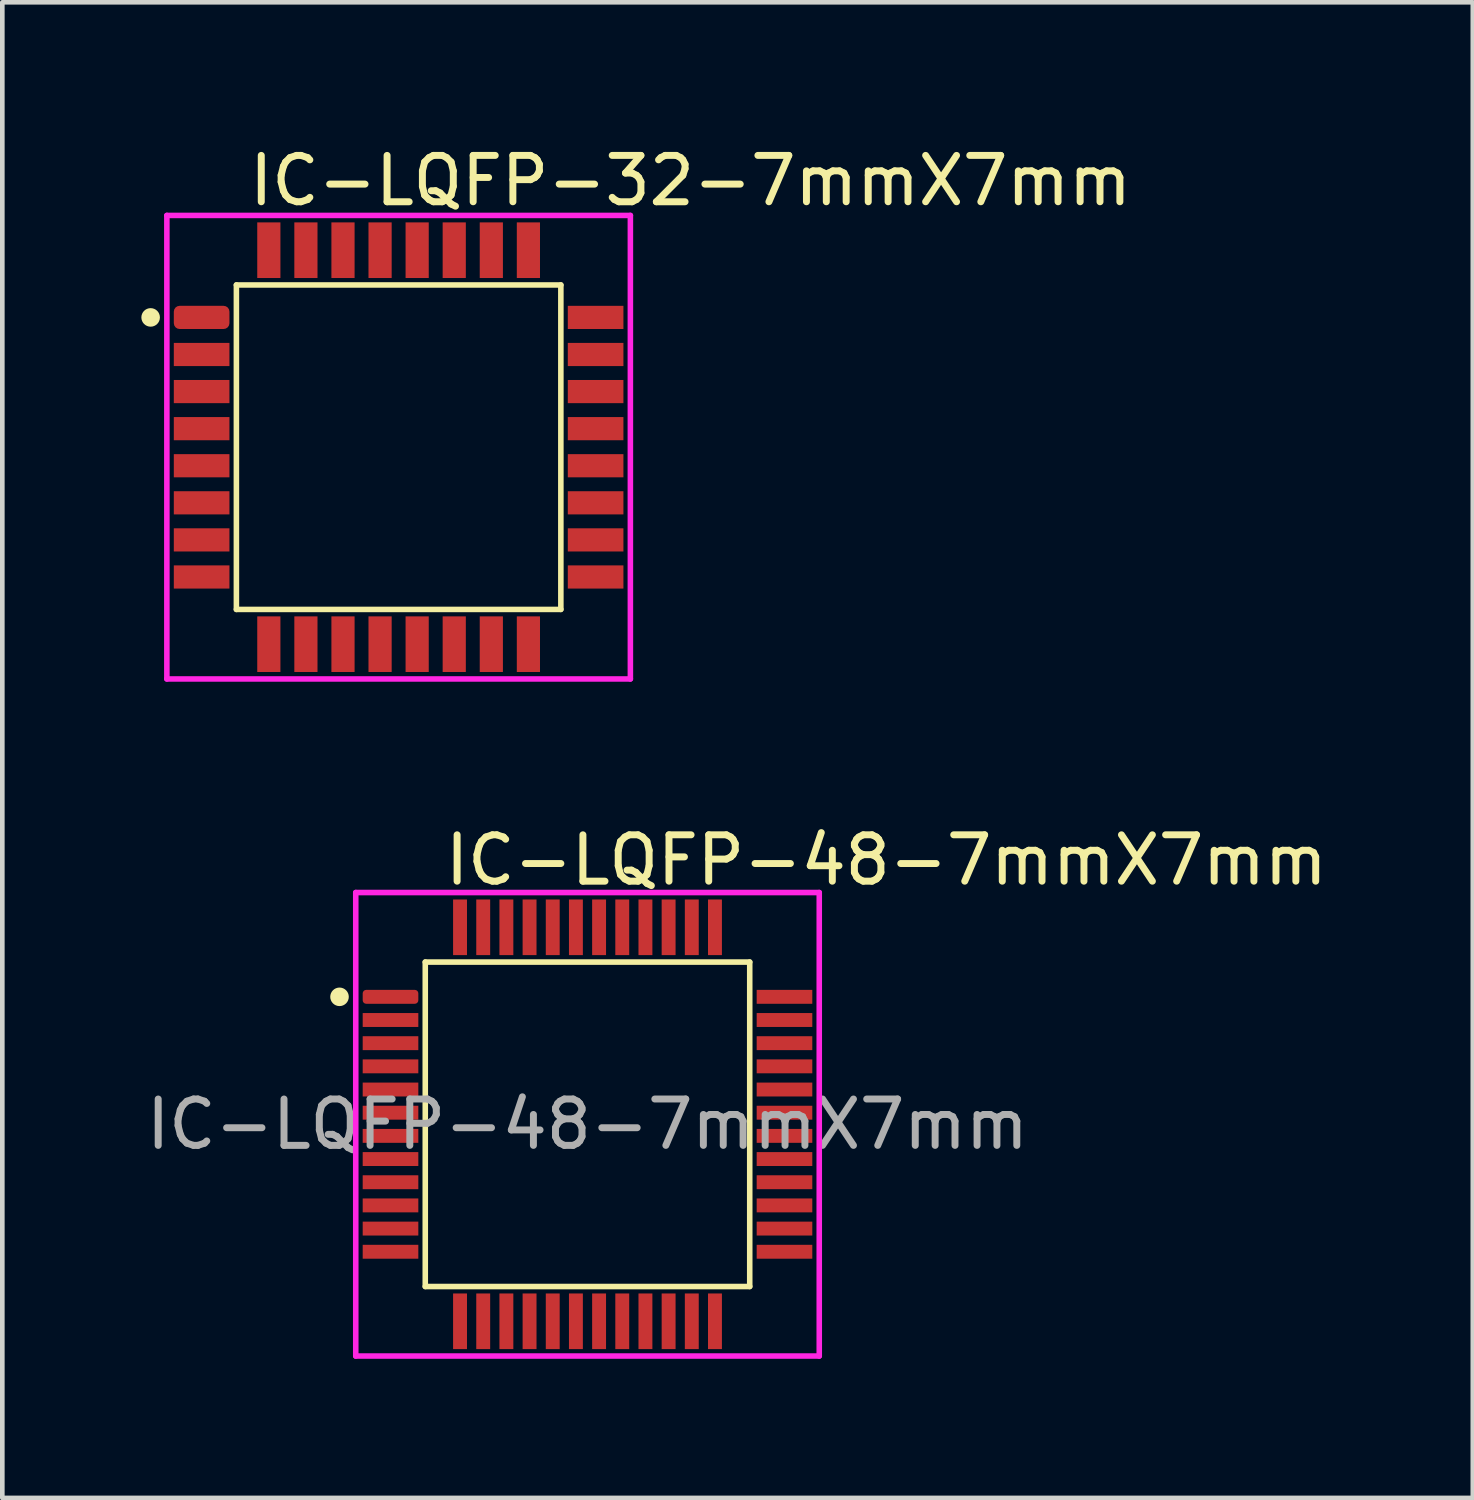
<source format=kicad_pcb>
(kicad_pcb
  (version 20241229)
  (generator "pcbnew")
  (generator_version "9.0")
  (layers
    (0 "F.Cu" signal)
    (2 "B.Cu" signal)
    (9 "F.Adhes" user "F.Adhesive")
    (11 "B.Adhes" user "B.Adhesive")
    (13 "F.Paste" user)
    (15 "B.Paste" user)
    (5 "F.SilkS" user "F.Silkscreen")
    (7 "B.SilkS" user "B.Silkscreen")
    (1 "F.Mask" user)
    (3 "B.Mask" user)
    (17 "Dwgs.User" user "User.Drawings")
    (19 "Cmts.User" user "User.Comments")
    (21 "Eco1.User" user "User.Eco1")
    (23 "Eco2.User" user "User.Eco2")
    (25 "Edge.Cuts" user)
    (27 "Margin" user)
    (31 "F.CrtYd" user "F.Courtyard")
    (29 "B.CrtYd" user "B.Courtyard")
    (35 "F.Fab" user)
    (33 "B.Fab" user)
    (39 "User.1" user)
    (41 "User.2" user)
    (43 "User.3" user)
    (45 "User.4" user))
  (footprint "IC-LQFP-48-7mmX7mm"
    (layer "F.Cu")
    (at 9.625 21.206)
    (property "Reference" "IC-LQFP-48-7mmX7mm" (at -3.15 -5.7 0) (layer "F.SilkS") (effects (font (size 1 1) (thickness 0.15)) (justify left)))
    (attr smd)
    (fp_line (start -3.5 -3.5) (end 3.5 -3.5) (stroke (width 0.12) (type solid)) (layer "F.SilkS"))
    (fp_line (start -3.5 3.5) (end -3.5 -3.5) (stroke (width 0.12) (type solid)) (layer "F.SilkS"))
    (fp_line (start 3.5 -3.5) (end 3.5 3.5) (stroke (width 0.12) (type solid)) (layer "F.SilkS"))
    (fp_line (start 3.5 3.5) (end -3.5 3.5) (stroke (width 0.12) (type solid)) (layer "F.SilkS"))
    (fp_circle (center -5.35 -2.75) (end -5.25 -2.75) (stroke (width 0.2) (type solid)) (fill no) (layer "F.SilkS"))
    (fp_line (start -5 -5) (end 5 -5) (stroke (width 0.12) (type solid)) (layer "F.CrtYd"))
    (fp_line (start -5 5) (end -5 -5) (stroke (width 0.12) (type solid)) (layer "F.CrtYd"))
    (fp_line (start 5 -5) (end 5 5) (stroke (width 0.12) (type solid)) (layer "F.CrtYd"))
    (fp_line (start 5 5) (end -5 5) (stroke (width 0.12) (type solid)) (layer "F.CrtYd"))
    (fp_text user "${REFERENCE}" (at 0 0 0) (layer "F.Fab") (effects (font (size 1 1) (thickness 0.15))))
    (pad "1" smd roundrect (at -4.25 -2.75) (size 1.2 0.3) (layers "F.Cu" "F.Mask" "F.Paste") (roundrect_rratio 0.25))
    (pad "2" smd rect (at -4.25 -2.25) (size 1.2 0.3) (layers "F.Cu" "F.Mask" "F.Paste"))
    (pad "3" smd rect (at -4.25 -1.75) (size 1.2 0.3) (layers "F.Cu" "F.Mask" "F.Paste"))
    (pad "4" smd rect (at -4.25 -1.25) (size 1.2 0.3) (layers "F.Cu" "F.Mask" "F.Paste"))
    (pad "5" smd rect (at -4.25 -0.75) (size 1.2 0.3) (layers "F.Cu" "F.Mask" "F.Paste"))
    (pad "6" smd rect (at -4.25 -0.25) (size 1.2 0.3) (layers "F.Cu" "F.Mask" "F.Paste"))
    (pad "7" smd rect (at -4.25 0.25) (size 1.2 0.3) (layers "F.Cu" "F.Mask" "F.Paste"))
    (pad "8" smd rect (at -4.25 0.75) (size 1.2 0.3) (layers "F.Cu" "F.Mask" "F.Paste"))
    (pad "9" smd rect (at -4.25 1.25) (size 1.2 0.3) (layers "F.Cu" "F.Mask" "F.Paste"))
    (pad "10" smd rect (at -4.25 1.75) (size 1.2 0.3) (layers "F.Cu" "F.Mask" "F.Paste"))
    (pad "11" smd rect (at -4.25 2.25) (size 1.2 0.3) (layers "F.Cu" "F.Mask" "F.Paste"))
    (pad "12" smd rect (at -4.25 2.75) (size 1.2 0.3) (layers "F.Cu" "F.Mask" "F.Paste"))
    (pad "13" smd rect (at -2.75 4.25 90) (size 1.2 0.3) (layers "F.Cu" "F.Mask" "F.Paste"))
    (pad "14" smd rect (at -2.25 4.25 90) (size 1.2 0.3) (layers "F.Cu" "F.Mask" "F.Paste"))
    (pad "15" smd rect (at -1.75 4.25 90) (size 1.2 0.3) (layers "F.Cu" "F.Mask" "F.Paste"))
    (pad "16" smd rect (at -1.25 4.25 90) (size 1.2 0.3) (layers "F.Cu" "F.Mask" "F.Paste"))
    (pad "17" smd rect (at -0.75 4.25 90) (size 1.2 0.3) (layers "F.Cu" "F.Mask" "F.Paste"))
    (pad "18" smd rect (at -0.25 4.25 90) (size 1.2 0.3) (layers "F.Cu" "F.Mask" "F.Paste"))
    (pad "19" smd rect (at 0.25 4.25 90) (size 1.2 0.3) (layers "F.Cu" "F.Mask" "F.Paste"))
    (pad "20" smd rect (at 0.75 4.25 90) (size 1.2 0.3) (layers "F.Cu" "F.Mask" "F.Paste"))
    (pad "21" smd rect (at 1.25 4.25 90) (size 1.2 0.3) (layers "F.Cu" "F.Mask" "F.Paste"))
    (pad "22" smd rect (at 1.75 4.25 90) (size 1.2 0.3) (layers "F.Cu" "F.Mask" "F.Paste"))
    (pad "23" smd rect (at 2.25 4.25 90) (size 1.2 0.3) (layers "F.Cu" "F.Mask" "F.Paste"))
    (pad "24" smd rect (at 2.75 4.25 90) (size 1.2 0.3) (layers "F.Cu" "F.Mask" "F.Paste"))
    (pad "25" smd rect (at 4.25 2.75 180) (size 1.2 0.3) (layers "F.Cu" "F.Mask" "F.Paste"))
    (pad "26" smd rect (at 4.25 2.25 180) (size 1.2 0.3) (layers "F.Cu" "F.Mask" "F.Paste"))
    (pad "27" smd rect (at 4.25 1.75 180) (size 1.2 0.3) (layers "F.Cu" "F.Mask" "F.Paste"))
    (pad "28" smd rect (at 4.25 1.25 180) (size 1.2 0.3) (layers "F.Cu" "F.Mask" "F.Paste"))
    (pad "29" smd rect (at 4.25 0.75 180) (size 1.2 0.3) (layers "F.Cu" "F.Mask" "F.Paste"))
    (pad "30" smd rect (at 4.25 0.25 180) (size 1.2 0.3) (layers "F.Cu" "F.Mask" "F.Paste"))
    (pad "31" smd rect (at 4.25 -0.25 180) (size 1.2 0.3) (layers "F.Cu" "F.Mask" "F.Paste"))
    (pad "32" smd rect (at 4.25 -0.75 180) (size 1.2 0.3) (layers "F.Cu" "F.Mask" "F.Paste"))
    (pad "33" smd rect (at 4.25 -1.25 180) (size 1.2 0.3) (layers "F.Cu" "F.Mask" "F.Paste"))
    (pad "34" smd rect (at 4.25 -1.75 180) (size 1.2 0.3) (layers "F.Cu" "F.Mask" "F.Paste"))
    (pad "35" smd rect (at 4.25 -2.25 180) (size 1.2 0.3) (layers "F.Cu" "F.Mask" "F.Paste"))
    (pad "36" smd rect (at 4.25 -2.75 180) (size 1.2 0.3) (layers "F.Cu" "F.Mask" "F.Paste"))
    (pad "37" smd rect (at 2.75 -4.25 270) (size 1.2 0.3) (layers "F.Cu" "F.Mask" "F.Paste"))
    (pad "38" smd rect (at 2.25 -4.25 270) (size 1.2 0.3) (layers "F.Cu" "F.Mask" "F.Paste"))
    (pad "39" smd rect (at 1.75 -4.25 270) (size 1.2 0.3) (layers "F.Cu" "F.Mask" "F.Paste"))
    (pad "40" smd rect (at 1.25 -4.25 270) (size 1.2 0.3) (layers "F.Cu" "F.Mask" "F.Paste"))
    (pad "41" smd rect (at 0.75 -4.25 270) (size 1.2 0.3) (layers "F.Cu" "F.Mask" "F.Paste"))
    (pad "42" smd rect (at 0.25 -4.25 270) (size 1.2 0.3) (layers "F.Cu" "F.Mask" "F.Paste"))
    (pad "43" smd rect (at -0.25 -4.25 270) (size 1.2 0.3) (layers "F.Cu" "F.Mask" "F.Paste"))
    (pad "44" smd rect (at -0.75 -4.25 270) (size 1.2 0.3) (layers "F.Cu" "F.Mask" "F.Paste"))
    (pad "45" smd rect (at -1.25 -4.25 270) (size 1.2 0.3) (layers "F.Cu" "F.Mask" "F.Paste"))
    (pad "46" smd rect (at -1.75 -4.25 270) (size 1.2 0.3) (layers "F.Cu" "F.Mask" "F.Paste"))
    (pad "47" smd rect (at -2.25 -4.25 270) (size 1.2 0.3) (layers "F.Cu" "F.Mask" "F.Paste"))
    (pad "48" smd rect (at -2.75 -4.25 270) (size 1.2 0.3) (layers "F.Cu" "F.Mask" "F.Paste")))
  (footprint "IC-LQFP-32-7mmX7mm"
    (layer "F.Cu")
    (at 5.55 6.598)
    (property "Reference" "IC-LQFP-32-7mmX7mm" (at -3.3 -5.75 0) (layer "F.SilkS") (effects (font (size 1 1) (thickness 0.15)) (justify left)))
    (attr smd)
    (fp_line (start -3.5 -3.5) (end 3.5 -3.5) (stroke (width 0.12) (type solid)) (layer "F.SilkS"))
    (fp_line (start -3.5 3.5) (end -3.5 -3.5) (stroke (width 0.12) (type solid)) (layer "F.SilkS"))
    (fp_line (start 3.5 -3.5) (end 3.5 3.5) (stroke (width 0.12) (type solid)) (layer "F.SilkS"))
    (fp_line (start 3.5 3.5) (end -3.5 3.5) (stroke (width 0.12) (type solid)) (layer "F.SilkS"))
    (fp_circle (center -5.35 -2.8) (end -5.25 -2.8) (stroke (width 0.2) (type solid)) (fill no) (layer "F.SilkS"))
    (fp_line (start -5 -5) (end 5 -5) (stroke (width 0.12) (type solid)) (layer "F.CrtYd"))
    (fp_line (start -5 5) (end -5 -5) (stroke (width 0.12) (type solid)) (layer "F.CrtYd"))
    (fp_line (start 5 -5) (end 5 5) (stroke (width 0.12) (type solid)) (layer "F.CrtYd"))
    (fp_line (start 5 5) (end -5 5) (stroke (width 0.12) (type solid)) (layer "F.CrtYd"))
    (pad "1" smd roundrect (at -4.25 -2.8) (size 1.2 0.5) (layers "F.Cu" "F.Mask" "F.Paste") (roundrect_rratio 0.25))
    (pad "2" smd rect (at -4.25 -2) (size 1.2 0.5) (layers "F.Cu" "F.Mask" "F.Paste"))
    (pad "3" smd rect (at -4.25 -1.2) (size 1.2 0.5) (layers "F.Cu" "F.Mask" "F.Paste"))
    (pad "4" smd rect (at -4.25 -0.4) (size 1.2 0.5) (layers "F.Cu" "F.Mask" "F.Paste"))
    (pad "5" smd rect (at -4.25 0.4) (size 1.2 0.5) (layers "F.Cu" "F.Mask" "F.Paste"))
    (pad "6" smd rect (at -4.25 1.2) (size 1.2 0.5) (layers "F.Cu" "F.Mask" "F.Paste"))
    (pad "7" smd rect (at -4.25 2) (size 1.2 0.5) (layers "F.Cu" "F.Mask" "F.Paste"))
    (pad "8" smd rect (at -4.25 2.8) (size 1.2 0.5) (layers "F.Cu" "F.Mask" "F.Paste"))
    (pad "9" smd rect (at -2.8 4.25 90) (size 1.2 0.5) (layers "F.Cu" "F.Mask" "F.Paste"))
    (pad "10" smd rect (at -2 4.25 90) (size 1.2 0.5) (layers "F.Cu" "F.Mask" "F.Paste"))
    (pad "11" smd rect (at -1.2 4.25 90) (size 1.2 0.5) (layers "F.Cu" "F.Mask" "F.Paste"))
    (pad "12" smd rect (at -0.4 4.25 90) (size 1.2 0.5) (layers "F.Cu" "F.Mask" "F.Paste"))
    (pad "13" smd rect (at 0.4 4.25 90) (size 1.2 0.5) (layers "F.Cu" "F.Mask" "F.Paste"))
    (pad "14" smd rect (at 1.2 4.25 90) (size 1.2 0.5) (layers "F.Cu" "F.Mask" "F.Paste"))
    (pad "15" smd rect (at 2 4.25 90) (size 1.2 0.5) (layers "F.Cu" "F.Mask" "F.Paste"))
    (pad "16" smd rect (at 2.8 4.25 90) (size 1.2 0.5) (layers "F.Cu" "F.Mask" "F.Paste"))
    (pad "17" smd rect (at 4.25 2.8 180) (size 1.2 0.5) (layers "F.Cu" "F.Mask" "F.Paste"))
    (pad "18" smd rect (at 4.25 2 180) (size 1.2 0.5) (layers "F.Cu" "F.Mask" "F.Paste"))
    (pad "19" smd rect (at 4.25 1.2 180) (size 1.2 0.5) (layers "F.Cu" "F.Mask" "F.Paste"))
    (pad "20" smd rect (at 4.25 0.4 180) (size 1.2 0.5) (layers "F.Cu" "F.Mask" "F.Paste"))
    (pad "21" smd rect (at 4.25 -0.4 180) (size 1.2 0.5) (layers "F.Cu" "F.Mask" "F.Paste"))
    (pad "22" smd rect (at 4.25 -1.2 180) (size 1.2 0.5) (layers "F.Cu" "F.Mask" "F.Paste"))
    (pad "23" smd rect (at 4.25 -2 180) (size 1.2 0.5) (layers "F.Cu" "F.Mask" "F.Paste"))
    (pad "24" smd rect (at 4.25 -2.8 180) (size 1.2 0.5) (layers "F.Cu" "F.Mask" "F.Paste"))
    (pad "25" smd rect (at 2.8 -4.25 270) (size 1.2 0.5) (layers "F.Cu" "F.Mask" "F.Paste"))
    (pad "26" smd rect (at 2 -4.25 270) (size 1.2 0.5) (layers "F.Cu" "F.Mask" "F.Paste"))
    (pad "27" smd rect (at 1.2 -4.25 270) (size 1.2 0.5) (layers "F.Cu" "F.Mask" "F.Paste"))
    (pad "28" smd rect (at 0.4 -4.25 270) (size 1.2 0.5) (layers "F.Cu" "F.Mask" "F.Paste"))
    (pad "29" smd rect (at -0.4 -4.25 270) (size 1.2 0.5) (layers "F.Cu" "F.Mask" "F.Paste"))
    (pad "30" smd rect (at -1.2 -4.25 270) (size 1.2 0.5) (layers "F.Cu" "F.Mask" "F.Paste"))
    (pad "31" smd rect (at -2 -4.25 270) (size 1.2 0.5) (layers "F.Cu" "F.Mask" "F.Paste"))
    (pad "32" smd rect (at -2.8 -4.25 270) (size 1.2 0.5) (layers "F.Cu" "F.Mask" "F.Paste")))
  (gr_rect
    (start -3 -3)
    (end 28.725 29.267)
    (stroke (width 0.1) (type default))
    (fill no)
    (layer "Edge.Cuts")))
</source>
